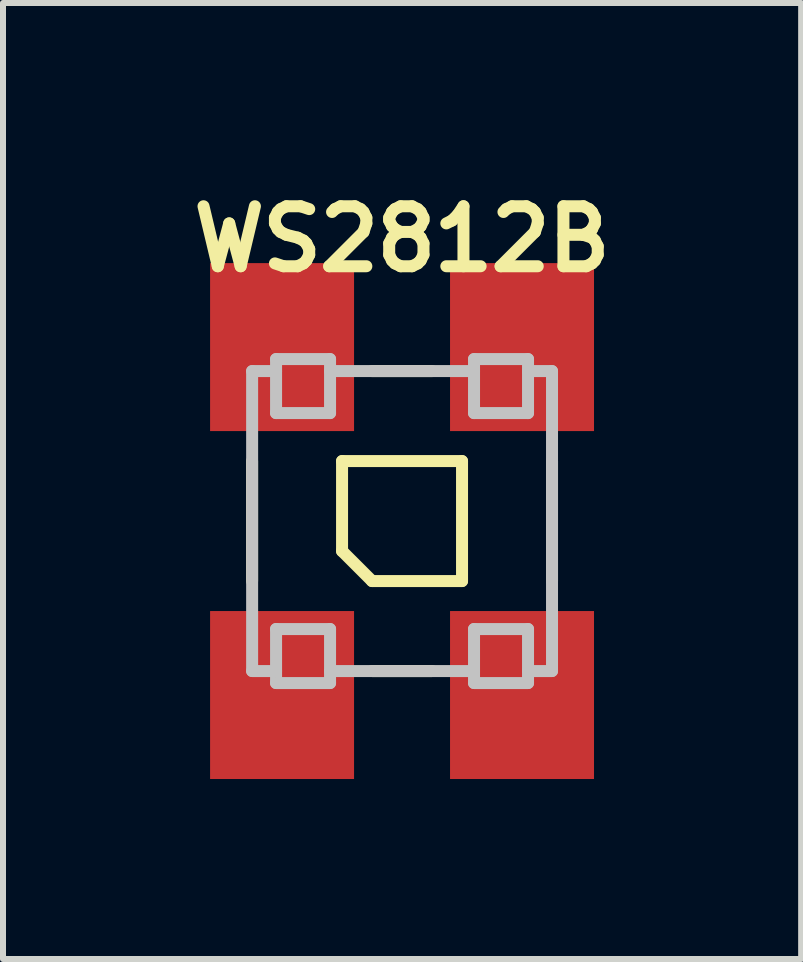
<source format=kicad_pcb>
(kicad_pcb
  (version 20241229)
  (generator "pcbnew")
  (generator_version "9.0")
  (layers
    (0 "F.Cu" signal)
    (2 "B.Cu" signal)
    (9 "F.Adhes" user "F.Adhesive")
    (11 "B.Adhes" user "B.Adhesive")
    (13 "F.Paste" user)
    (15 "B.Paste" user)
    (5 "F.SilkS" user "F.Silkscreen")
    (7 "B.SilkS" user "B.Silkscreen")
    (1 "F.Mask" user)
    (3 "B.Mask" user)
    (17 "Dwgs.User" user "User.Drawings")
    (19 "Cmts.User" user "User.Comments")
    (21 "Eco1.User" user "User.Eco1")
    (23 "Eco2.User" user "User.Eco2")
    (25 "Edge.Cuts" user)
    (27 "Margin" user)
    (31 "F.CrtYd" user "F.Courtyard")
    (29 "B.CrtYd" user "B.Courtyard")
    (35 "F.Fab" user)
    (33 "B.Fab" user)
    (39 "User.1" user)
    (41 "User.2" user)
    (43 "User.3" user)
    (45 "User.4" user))
  (footprint "WS2812B"
    (layer "F.Cu")
    (at 3.652 5.636)
    (property "Reference" "WS2812B" (at 0 -4.7 0) (layer "F.SilkS") (effects (font (size 1 1) (thickness 0.2))))
    (attr through_hole)
    (fp_line (start -2.5 -1) (end -2.5 1) (stroke (width 0.2) (type solid)) (layer "F.SilkS"))
    (fp_line (start -1 -1) (end 1 -1) (stroke (width 0.2) (type solid)) (layer "F.SilkS"))
    (fp_line (start -1 0.5) (end -1 -1) (stroke (width 0.2) (type solid)) (layer "F.SilkS"))
    (fp_line (start -0.5 -2.5) (end 0.5 -2.5) (stroke (width 0.2) (type solid)) (layer "F.SilkS"))
    (fp_line (start -0.5 1) (end -1 0.5) (stroke (width 0.2) (type solid)) (layer "F.SilkS"))
    (fp_line (start -0.5 2.5) (end 0.5 2.5) (stroke (width 0.2) (type solid)) (layer "F.SilkS"))
    (fp_line (start 1 -1) (end 1 1) (stroke (width 0.2) (type solid)) (layer "F.SilkS"))
    (fp_line (start 1 1) (end -0.5 1) (stroke (width 0.2) (type solid)) (layer "F.SilkS"))
    (fp_line (start 2.5 -1) (end 2.5 1) (stroke (width 0.2) (type solid)) (layer "F.SilkS"))
    (fp_line (start -2.5 -2.5) (end -2.1 -2.5) (stroke (width 0.2) (type solid)) (layer "Dwgs.User"))
    (fp_line (start -2.5 2.5) (end -2.1 2.5) (stroke (width 0.2) (type solid)) (layer "Dwgs.User"))
    (fp_line (start -2.499 2.499) (end -2.499 -2.499) (stroke (width 0.2) (type solid)) (layer "Dwgs.User"))
    (fp_line (start -2.1 -2.7) (end -1.2 -2.7) (stroke (width 0.2) (type solid)) (layer "Dwgs.User"))
    (fp_line (start -2.1 -1.8) (end -2.1 -2.7) (stroke (width 0.2) (type solid)) (layer "Dwgs.User"))
    (fp_line (start -2.1 1.8) (end -1.2 1.8) (stroke (width 0.2) (type solid)) (layer "Dwgs.User"))
    (fp_line (start -2.1 2.7) (end -2.1 1.8) (stroke (width 0.2) (type solid)) (layer "Dwgs.User"))
    (fp_line (start -1.2 -2.7) (end -1.2 -1.8) (stroke (width 0.2) (type solid)) (layer "Dwgs.User"))
    (fp_line (start -1.2 -2.5) (end 1.2 -2.5) (stroke (width 0.2) (type solid)) (layer "Dwgs.User"))
    (fp_line (start -1.2 -1.8) (end -2.1 -1.8) (stroke (width 0.2) (type solid)) (layer "Dwgs.User"))
    (fp_line (start -1.2 1.8) (end -1.2 2.7) (stroke (width 0.2) (type solid)) (layer "Dwgs.User"))
    (fp_line (start -1.2 2.5) (end 1.2 2.5) (stroke (width 0.2) (type solid)) (layer "Dwgs.User"))
    (fp_line (start -1.2 2.7) (end -2.1 2.7) (stroke (width 0.2) (type solid)) (layer "Dwgs.User"))
    (fp_line (start 1.2 -2.7) (end 1.2 -1.8) (stroke (width 0.2) (type solid)) (layer "Dwgs.User"))
    (fp_line (start 1.2 -1.8) (end 2.1 -1.8) (stroke (width 0.2) (type solid)) (layer "Dwgs.User"))
    (fp_line (start 1.2 1.8) (end 2.1 1.8) (stroke (width 0.2) (type solid)) (layer "Dwgs.User"))
    (fp_line (start 1.2 2.7) (end 1.2 1.8) (stroke (width 0.2) (type solid)) (layer "Dwgs.User"))
    (fp_line (start 2.1 -2.7) (end 1.2 -2.7) (stroke (width 0.2) (type solid)) (layer "Dwgs.User"))
    (fp_line (start 2.1 -2.5) (end 2.5 -2.5) (stroke (width 0.2) (type solid)) (layer "Dwgs.User"))
    (fp_line (start 2.1 -1.8) (end 2.1 -2.7) (stroke (width 0.2) (type solid)) (layer "Dwgs.User"))
    (fp_line (start 2.1 1.8) (end 2.1 2.7) (stroke (width 0.2) (type solid)) (layer "Dwgs.User"))
    (fp_line (start 2.1 2.5) (end 2.5 2.5) (stroke (width 0.2) (type solid)) (layer "Dwgs.User"))
    (fp_line (start 2.1 2.7) (end 1.2 2.7) (stroke (width 0.2) (type solid)) (layer "Dwgs.User"))
    (fp_line (start 2.5 -2.5) (end 2.5 2.5) (stroke (width 0.2) (type solid)) (layer "Dwgs.User"))
    (pad "1" smd rect (at 2 -2.9) (size 2.4 2.8) (layers "F.Cu" "F.Mask" "F.Paste"))
    (pad "2" smd rect (at -2 -2.9) (size 2.4 2.8) (layers "F.Cu" "F.Mask" "F.Paste"))
    (pad "3" smd rect (at -2 2.9) (size 2.4 2.8) (layers "F.Cu" "F.Mask" "F.Paste"))
    (pad "4" smd rect (at 2 2.9) (size 2.4 2.8) (layers "F.Cu" "F.Mask" "F.Paste")))
  (gr_rect
    (start -3 -3)
    (end 10.305 12.936)
    (stroke (width 0.1) (type default))
    (fill no)
    (layer "Edge.Cuts")))
</source>
